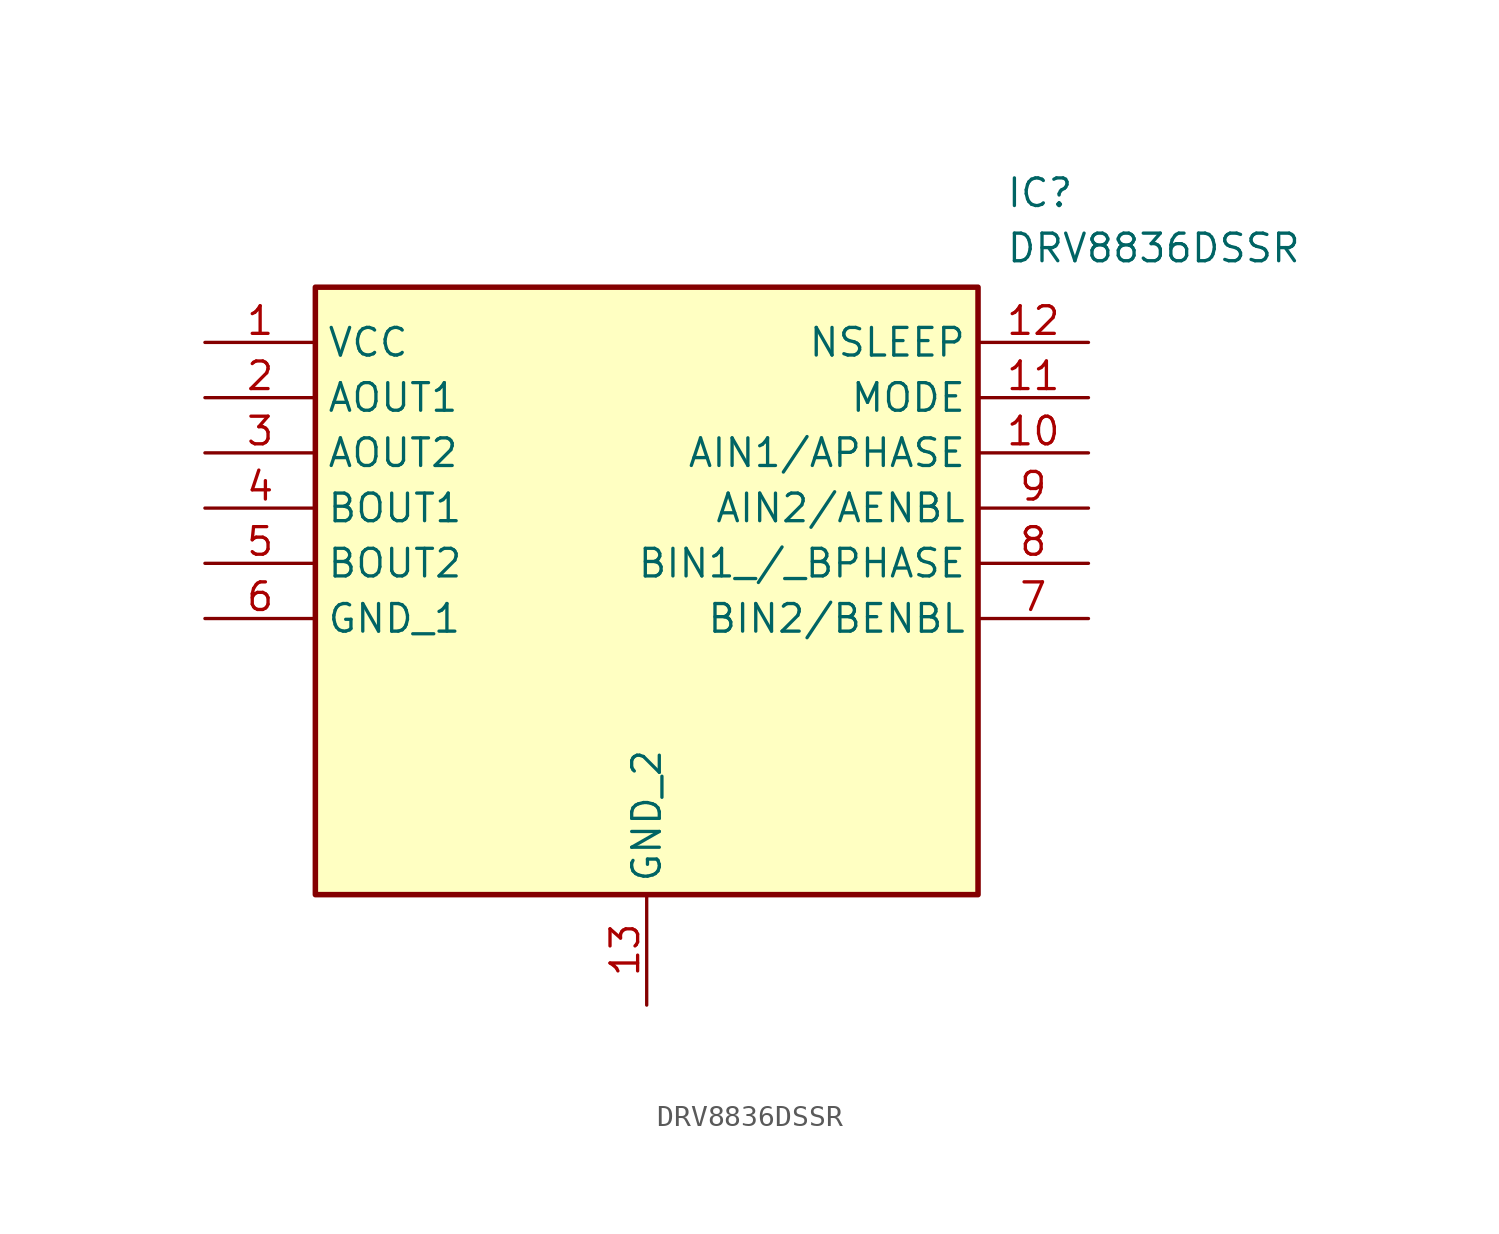
<source format=kicad_sym>
(kicad_symbol_lib
  (version 20211014)
  (generator SamacSys_ECAD_Model)
  (symbol "DRV8836DSSR"
    (property "Reference" "IC"
      (at 36.83 7.62 0)
      (effects (font (size 1.27 1.27)) (justify left top)))
    (property "Value" "DRV8836DSSR"
      (at 36.83 5.08 0)
      (effects (font (size 1.27 1.27)) (justify left top)))
    (rectangle
      (start 5.08 2.54)
      (end 35.56 -25.4)
      (stroke (width 0.254) (type default))
      (fill (type background)))
    (pin passive line
      (at 0 0 0)
      (length 5.08)
      (name "VCC" (effects (font (size 1.27 1.27))))
      (number "1" (effects (font (size 1.27 1.27)))))
    (pin passive line
      (at 0 -2.54 0)
      (length 5.08)
      (name "AOUT1" (effects (font (size 1.27 1.27))))
      (number "2" (effects (font (size 1.27 1.27)))))
    (pin passive line
      (at 0 -5.08 0)
      (length 5.08)
      (name "AOUT2" (effects (font (size 1.27 1.27))))
      (number "3" (effects (font (size 1.27 1.27)))))
    (pin passive line
      (at 0 -7.62 0)
      (length 5.08)
      (name "BOUT1" (effects (font (size 1.27 1.27))))
      (number "4" (effects (font (size 1.27 1.27)))))
    (pin passive line
      (at 0 -10.16 0)
      (length 5.08)
      (name "BOUT2" (effects (font (size 1.27 1.27))))
      (number "5" (effects (font (size 1.27 1.27)))))
    (pin passive line
      (at 0 -12.7 0)
      (length 5.08)
      (name "GND_1" (effects (font (size 1.27 1.27))))
      (number "6" (effects (font (size 1.27 1.27)))))
    (pin passive line
      (at 20.32 -30.48 90)
      (length 5.08)
      (name "GND_2" (effects (font (size 1.27 1.27))))
      (number "13" (effects (font (size 1.27 1.27)))))
    (pin passive line
      (at 40.64 0 180)
      (length 5.08)
      (name "NSLEEP" (effects (font (size 1.27 1.27))))
      (number "12" (effects (font (size 1.27 1.27)))))
    (pin passive line
      (at 40.64 -2.54 180)
      (length 5.08)
      (name "MODE" (effects (font (size 1.27 1.27))))
      (number "11" (effects (font (size 1.27 1.27)))))
    (pin passive line
      (at 40.64 -5.08 180)
      (length 5.08)
      (name "AIN1/APHASE" (effects (font (size 1.27 1.27))))
      (number "10" (effects (font (size 1.27 1.27)))))
    (pin passive line
      (at 40.64 -7.62 180)
      (length 5.08)
      (name "AIN2/AENBL" (effects (font (size 1.27 1.27))))
      (number "9" (effects (font (size 1.27 1.27)))))
    (pin passive line
      (at 40.64 -10.16 180)
      (length 5.08)
      (name "BIN1_/_BPHASE" (effects (font (size 1.27 1.27))))
      (number "8" (effects (font (size 1.27 1.27)))))
    (pin passive line
      (at 40.64 -12.7 180)
      (length 5.08)
      (name "BIN2/BENBL" (effects (font (size 1.27 1.27))))
      (number "7" (effects (font (size 1.27 1.27)))))))
</source>
